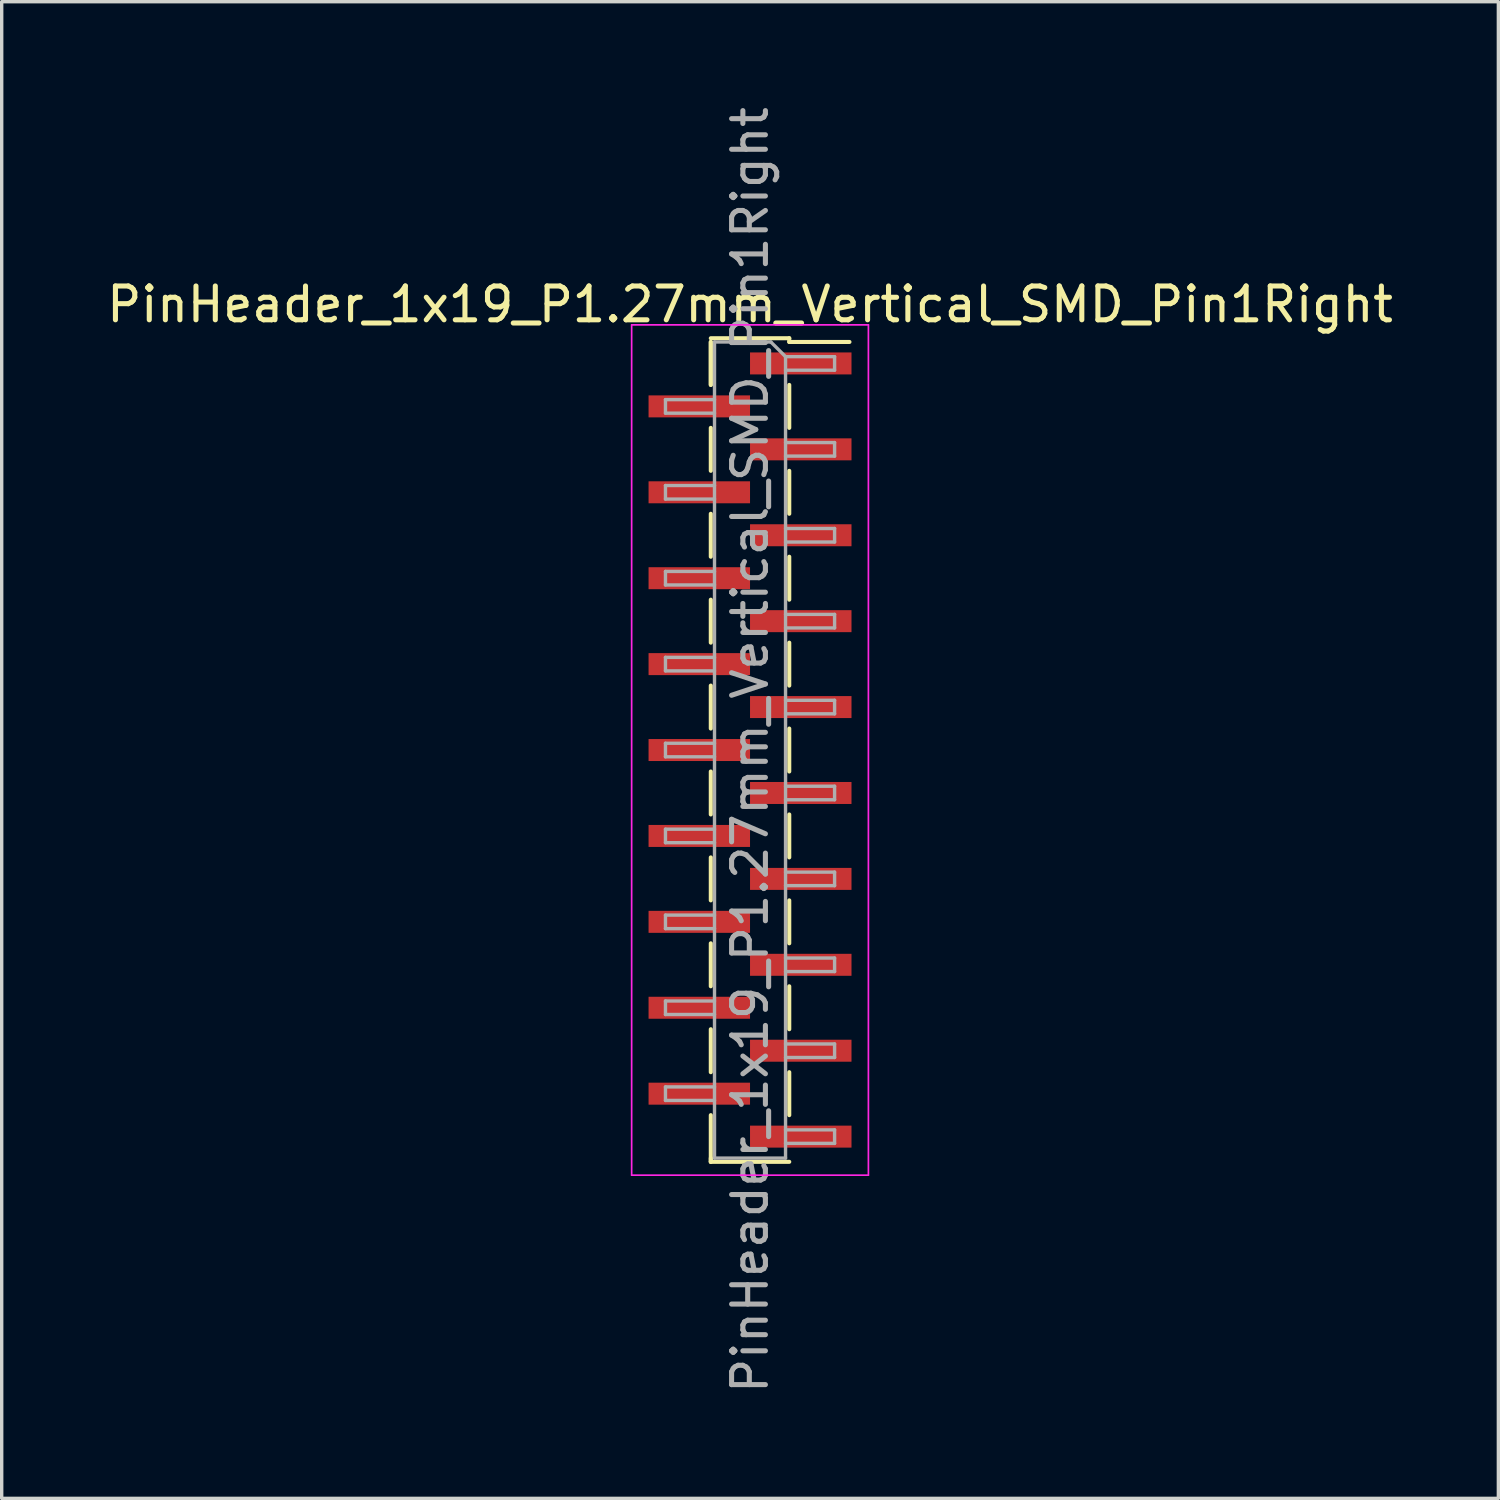
<source format=kicad_pcb>
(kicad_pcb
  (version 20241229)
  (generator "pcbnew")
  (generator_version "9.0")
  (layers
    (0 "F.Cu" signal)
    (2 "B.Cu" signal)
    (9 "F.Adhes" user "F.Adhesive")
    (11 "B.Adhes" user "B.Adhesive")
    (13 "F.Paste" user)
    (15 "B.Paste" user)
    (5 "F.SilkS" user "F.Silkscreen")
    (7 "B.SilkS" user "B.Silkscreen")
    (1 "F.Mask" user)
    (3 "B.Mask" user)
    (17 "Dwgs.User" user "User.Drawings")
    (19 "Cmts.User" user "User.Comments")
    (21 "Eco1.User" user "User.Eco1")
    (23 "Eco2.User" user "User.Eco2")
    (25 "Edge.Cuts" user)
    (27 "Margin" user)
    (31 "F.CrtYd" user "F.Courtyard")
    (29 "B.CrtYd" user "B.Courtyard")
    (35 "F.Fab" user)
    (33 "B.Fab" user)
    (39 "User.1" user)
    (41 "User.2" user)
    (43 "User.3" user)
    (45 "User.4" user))
  (footprint "PinHeader_1x19_P1.27mm_Vertical_SMD_Pin1Right"
    (layer "F.Cu")
    (at 19.125 19.125)
    (property "Reference" "PinHeader_1x19_P1.27mm_Vertical_SMD_Pin1Right" (at 0 -13.175 0) (layer "F.SilkS") (effects (font (size 1 1) (thickness 0.15))))
    (attr smd)
    (fp_line (start -1.16 -12.175) (end 1.16 -12.175) (stroke (width 0.12) (type solid)) (layer "F.SilkS"))
    (fp_line (start -1.16 -12.065) (end -1.16 -10.795) (stroke (width 0.12) (type solid)) (layer "F.SilkS"))
    (fp_line (start -1.16 -12.065) (end -1.16 -10.795) (stroke (width 0.12) (type solid)) (layer "F.SilkS"))
    (fp_line (start -1.16 -9.525) (end -1.16 -8.255) (stroke (width 0.12) (type solid)) (layer "F.SilkS"))
    (fp_line (start -1.16 -6.985) (end -1.16 -5.715) (stroke (width 0.12) (type solid)) (layer "F.SilkS"))
    (fp_line (start -1.16 -4.445) (end -1.16 -3.175) (stroke (width 0.12) (type solid)) (layer "F.SilkS"))
    (fp_line (start -1.16 -1.905) (end -1.16 -0.635) (stroke (width 0.12) (type solid)) (layer "F.SilkS"))
    (fp_line (start -1.16 0.635) (end -1.16 1.905) (stroke (width 0.12) (type solid)) (layer "F.SilkS"))
    (fp_line (start -1.16 3.175) (end -1.16 4.445) (stroke (width 0.12) (type solid)) (layer "F.SilkS"))
    (fp_line (start -1.16 5.715) (end -1.16 6.985) (stroke (width 0.12) (type solid)) (layer "F.SilkS"))
    (fp_line (start -1.16 8.255) (end -1.16 9.525) (stroke (width 0.12) (type solid)) (layer "F.SilkS"))
    (fp_line (start -1.16 10.795) (end -1.16 12.175) (stroke (width 0.12) (type solid)) (layer "F.SilkS"))
    (fp_line (start -1.16 12.065) (end -1.16 12.175) (stroke (width 0.12) (type solid)) (layer "F.SilkS"))
    (fp_line (start -1.16 12.175) (end 1.16 12.175) (stroke (width 0.12) (type solid)) (layer "F.SilkS"))
    (fp_line (start 1.16 -12.175) (end 1.16 -12.065) (stroke (width 0.12) (type solid)) (layer "F.SilkS"))
    (fp_line (start 1.16 -12.065) (end 2.94 -12.065) (stroke (width 0.12) (type solid)) (layer "F.SilkS"))
    (fp_line (start 1.16 -10.795) (end 1.16 -9.525) (stroke (width 0.12) (type solid)) (layer "F.SilkS"))
    (fp_line (start 1.16 -8.255) (end 1.16 -6.985) (stroke (width 0.12) (type solid)) (layer "F.SilkS"))
    (fp_line (start 1.16 -5.715) (end 1.16 -4.445) (stroke (width 0.12) (type solid)) (layer "F.SilkS"))
    (fp_line (start 1.16 -3.175) (end 1.16 -1.905) (stroke (width 0.12) (type solid)) (layer "F.SilkS"))
    (fp_line (start 1.16 -0.635) (end 1.16 0.635) (stroke (width 0.12) (type solid)) (layer "F.SilkS"))
    (fp_line (start 1.16 1.905) (end 1.16 3.175) (stroke (width 0.12) (type solid)) (layer "F.SilkS"))
    (fp_line (start 1.16 4.445) (end 1.16 5.715) (stroke (width 0.12) (type solid)) (layer "F.SilkS"))
    (fp_line (start 1.16 6.985) (end 1.16 8.255) (stroke (width 0.12) (type solid)) (layer "F.SilkS"))
    (fp_line (start 1.16 9.525) (end 1.16 10.795) (stroke (width 0.12) (type solid)) (layer "F.SilkS"))
    (fp_line (start -3.5 -12.57) (end -3.5 12.57) (stroke (width 0.05) (type solid)) (layer "F.CrtYd"))
    (fp_line (start -3.5 12.57) (end 3.5 12.57) (stroke (width 0.05) (type solid)) (layer "F.CrtYd"))
    (fp_line (start 3.5 -12.57) (end -3.5 -12.57) (stroke (width 0.05) (type solid)) (layer "F.CrtYd"))
    (fp_line (start 3.5 12.57) (end 3.5 -12.57) (stroke (width 0.05) (type solid)) (layer "F.CrtYd"))
    (fp_line (start -2.5 -10.36) (end -2.5 -9.96) (stroke (width 0.1) (type solid)) (layer "F.Fab"))
    (fp_line (start -2.5 -9.96) (end -1.05 -9.96) (stroke (width 0.1) (type solid)) (layer "F.Fab"))
    (fp_line (start -2.5 -7.82) (end -2.5 -7.42) (stroke (width 0.1) (type solid)) (layer "F.Fab"))
    (fp_line (start -2.5 -7.42) (end -1.05 -7.42) (stroke (width 0.1) (type solid)) (layer "F.Fab"))
    (fp_line (start -2.5 -5.28) (end -2.5 -4.88) (stroke (width 0.1) (type solid)) (layer "F.Fab"))
    (fp_line (start -2.5 -4.88) (end -1.05 -4.88) (stroke (width 0.1) (type solid)) (layer "F.Fab"))
    (fp_line (start -2.5 -2.74) (end -2.5 -2.34) (stroke (width 0.1) (type solid)) (layer "F.Fab"))
    (fp_line (start -2.5 -2.34) (end -1.05 -2.34) (stroke (width 0.1) (type solid)) (layer "F.Fab"))
    (fp_line (start -2.5 -0.2) (end -2.5 0.2) (stroke (width 0.1) (type solid)) (layer "F.Fab"))
    (fp_line (start -2.5 0.2) (end -1.05 0.2) (stroke (width 0.1) (type solid)) (layer "F.Fab"))
    (fp_line (start -2.5 2.34) (end -2.5 2.74) (stroke (width 0.1) (type solid)) (layer "F.Fab"))
    (fp_line (start -2.5 2.74) (end -1.05 2.74) (stroke (width 0.1) (type solid)) (layer "F.Fab"))
    (fp_line (start -2.5 4.88) (end -2.5 5.28) (stroke (width 0.1) (type solid)) (layer "F.Fab"))
    (fp_line (start -2.5 5.28) (end -1.05 5.28) (stroke (width 0.1) (type solid)) (layer "F.Fab"))
    (fp_line (start -2.5 7.42) (end -2.5 7.82) (stroke (width 0.1) (type solid)) (layer "F.Fab"))
    (fp_line (start -2.5 7.82) (end -1.05 7.82) (stroke (width 0.1) (type solid)) (layer "F.Fab"))
    (fp_line (start -2.5 9.96) (end -2.5 10.36) (stroke (width 0.1) (type solid)) (layer "F.Fab"))
    (fp_line (start -2.5 10.36) (end -1.05 10.36) (stroke (width 0.1) (type solid)) (layer "F.Fab"))
    (fp_line (start -1.05 -12.065) (end -1.05 12.065) (stroke (width 0.1) (type solid)) (layer "F.Fab"))
    (fp_line (start -1.05 -12.065) (end 0.615 -12.065) (stroke (width 0.1) (type solid)) (layer "F.Fab"))
    (fp_line (start -1.05 -10.36) (end -2.5 -10.36) (stroke (width 0.1) (type solid)) (layer "F.Fab"))
    (fp_line (start -1.05 -7.82) (end -2.5 -7.82) (stroke (width 0.1) (type solid)) (layer "F.Fab"))
    (fp_line (start -1.05 -5.28) (end -2.5 -5.28) (stroke (width 0.1) (type solid)) (layer "F.Fab"))
    (fp_line (start -1.05 -2.74) (end -2.5 -2.74) (stroke (width 0.1) (type solid)) (layer "F.Fab"))
    (fp_line (start -1.05 -0.2) (end -2.5 -0.2) (stroke (width 0.1) (type solid)) (layer "F.Fab"))
    (fp_line (start -1.05 2.34) (end -2.5 2.34) (stroke (width 0.1) (type solid)) (layer "F.Fab"))
    (fp_line (start -1.05 4.88) (end -2.5 4.88) (stroke (width 0.1) (type solid)) (layer "F.Fab"))
    (fp_line (start -1.05 7.42) (end -2.5 7.42) (stroke (width 0.1) (type solid)) (layer "F.Fab"))
    (fp_line (start -1.05 9.96) (end -2.5 9.96) (stroke (width 0.1) (type solid)) (layer "F.Fab"))
    (fp_line (start 1.05 -11.63) (end 0.615 -12.065) (stroke (width 0.1) (type solid)) (layer "F.Fab"))
    (fp_line (start 1.05 -11.63) (end 2.5 -11.63) (stroke (width 0.1) (type solid)) (layer "F.Fab"))
    (fp_line (start 1.05 -9.09) (end 2.5 -9.09) (stroke (width 0.1) (type solid)) (layer "F.Fab"))
    (fp_line (start 1.05 -6.55) (end 2.5 -6.55) (stroke (width 0.1) (type solid)) (layer "F.Fab"))
    (fp_line (start 1.05 -4.01) (end 2.5 -4.01) (stroke (width 0.1) (type solid)) (layer "F.Fab"))
    (fp_line (start 1.05 -1.47) (end 2.5 -1.47) (stroke (width 0.1) (type solid)) (layer "F.Fab"))
    (fp_line (start 1.05 1.07) (end 2.5 1.07) (stroke (width 0.1) (type solid)) (layer "F.Fab"))
    (fp_line (start 1.05 3.61) (end 2.5 3.61) (stroke (width 0.1) (type solid)) (layer "F.Fab"))
    (fp_line (start 1.05 6.15) (end 2.5 6.15) (stroke (width 0.1) (type solid)) (layer "F.Fab"))
    (fp_line (start 1.05 8.69) (end 2.5 8.69) (stroke (width 0.1) (type solid)) (layer "F.Fab"))
    (fp_line (start 1.05 11.23) (end 2.5 11.23) (stroke (width 0.1) (type solid)) (layer "F.Fab"))
    (fp_line (start 1.05 12.065) (end -1.05 12.065) (stroke (width 0.1) (type solid)) (layer "F.Fab"))
    (fp_line (start 1.05 12.065) (end 1.05 -11.63) (stroke (width 0.1) (type solid)) (layer "F.Fab"))
    (fp_line (start 2.5 -11.63) (end 2.5 -11.23) (stroke (width 0.1) (type solid)) (layer "F.Fab"))
    (fp_line (start 2.5 -11.23) (end 1.05 -11.23) (stroke (width 0.1) (type solid)) (layer "F.Fab"))
    (fp_line (start 2.5 -9.09) (end 2.5 -8.69) (stroke (width 0.1) (type solid)) (layer "F.Fab"))
    (fp_line (start 2.5 -8.69) (end 1.05 -8.69) (stroke (width 0.1) (type solid)) (layer "F.Fab"))
    (fp_line (start 2.5 -6.55) (end 2.5 -6.15) (stroke (width 0.1) (type solid)) (layer "F.Fab"))
    (fp_line (start 2.5 -6.15) (end 1.05 -6.15) (stroke (width 0.1) (type solid)) (layer "F.Fab"))
    (fp_line (start 2.5 -4.01) (end 2.5 -3.61) (stroke (width 0.1) (type solid)) (layer "F.Fab"))
    (fp_line (start 2.5 -3.61) (end 1.05 -3.61) (stroke (width 0.1) (type solid)) (layer "F.Fab"))
    (fp_line (start 2.5 -1.47) (end 2.5 -1.07) (stroke (width 0.1) (type solid)) (layer "F.Fab"))
    (fp_line (start 2.5 -1.07) (end 1.05 -1.07) (stroke (width 0.1) (type solid)) (layer "F.Fab"))
    (fp_line (start 2.5 1.07) (end 2.5 1.47) (stroke (width 0.1) (type solid)) (layer "F.Fab"))
    (fp_line (start 2.5 1.47) (end 1.05 1.47) (stroke (width 0.1) (type solid)) (layer "F.Fab"))
    (fp_line (start 2.5 3.61) (end 2.5 4.01) (stroke (width 0.1) (type solid)) (layer "F.Fab"))
    (fp_line (start 2.5 4.01) (end 1.05 4.01) (stroke (width 0.1) (type solid)) (layer "F.Fab"))
    (fp_line (start 2.5 6.15) (end 2.5 6.55) (stroke (width 0.1) (type solid)) (layer "F.Fab"))
    (fp_line (start 2.5 6.55) (end 1.05 6.55) (stroke (width 0.1) (type solid)) (layer "F.Fab"))
    (fp_line (start 2.5 8.69) (end 2.5 9.09) (stroke (width 0.1) (type solid)) (layer "F.Fab"))
    (fp_line (start 2.5 9.09) (end 1.05 9.09) (stroke (width 0.1) (type solid)) (layer "F.Fab"))
    (fp_line (start 2.5 11.23) (end 2.5 11.63) (stroke (width 0.1) (type solid)) (layer "F.Fab"))
    (fp_line (start 2.5 11.63) (end 1.05 11.63) (stroke (width 0.1) (type solid)) (layer "F.Fab"))
    (fp_text user "${REFERENCE}" (at 0 0 90) (layer "F.Fab") (effects (font (size 1 1) (thickness 0.15))))
    (pad "1" smd rect (at 1.5 -11.43) (size 3 0.65) (layers "F.Cu" "F.Mask" "F.Paste"))
    (pad "2" smd rect (at -1.5 -10.16) (size 3 0.65) (layers "F.Cu" "F.Mask" "F.Paste"))
    (pad "3" smd rect (at 1.5 -8.89) (size 3 0.65) (layers "F.Cu" "F.Mask" "F.Paste"))
    (pad "4" smd rect (at -1.5 -7.62) (size 3 0.65) (layers "F.Cu" "F.Mask" "F.Paste"))
    (pad "5" smd rect (at 1.5 -6.35) (size 3 0.65) (layers "F.Cu" "F.Mask" "F.Paste"))
    (pad "6" smd rect (at -1.5 -5.08) (size 3 0.65) (layers "F.Cu" "F.Mask" "F.Paste"))
    (pad "7" smd rect (at 1.5 -3.81) (size 3 0.65) (layers "F.Cu" "F.Mask" "F.Paste"))
    (pad "8" smd rect (at -1.5 -2.54) (size 3 0.65) (layers "F.Cu" "F.Mask" "F.Paste"))
    (pad "9" smd rect (at 1.5 -1.27) (size 3 0.65) (layers "F.Cu" "F.Mask" "F.Paste"))
    (pad "10" smd rect (at -1.5 0) (size 3 0.65) (layers "F.Cu" "F.Mask" "F.Paste"))
    (pad "11" smd rect (at 1.5 1.27) (size 3 0.65) (layers "F.Cu" "F.Mask" "F.Paste"))
    (pad "12" smd rect (at -1.5 2.54) (size 3 0.65) (layers "F.Cu" "F.Mask" "F.Paste"))
    (pad "13" smd rect (at 1.5 3.81) (size 3 0.65) (layers "F.Cu" "F.Mask" "F.Paste"))
    (pad "14" smd rect (at -1.5 5.08) (size 3 0.65) (layers "F.Cu" "F.Mask" "F.Paste"))
    (pad "15" smd rect (at 1.5 6.35) (size 3 0.65) (layers "F.Cu" "F.Mask" "F.Paste"))
    (pad "16" smd rect (at -1.5 7.62) (size 3 0.65) (layers "F.Cu" "F.Mask" "F.Paste"))
    (pad "17" smd rect (at 1.5 8.89) (size 3 0.65) (layers "F.Cu" "F.Mask" "F.Paste"))
    (pad "18" smd rect (at -1.5 10.16) (size 3 0.65) (layers "F.Cu" "F.Mask" "F.Paste"))
    (pad "19" smd rect (at 1.5 11.43) (size 3 0.65) (layers "F.Cu" "F.Mask" "F.Paste")))
  (gr_rect
    (start -3 -3)
    (end 41.25 41.25)
    (stroke (width 0.1) (type default))
    (fill no)
    (layer "Edge.Cuts")))
</source>
